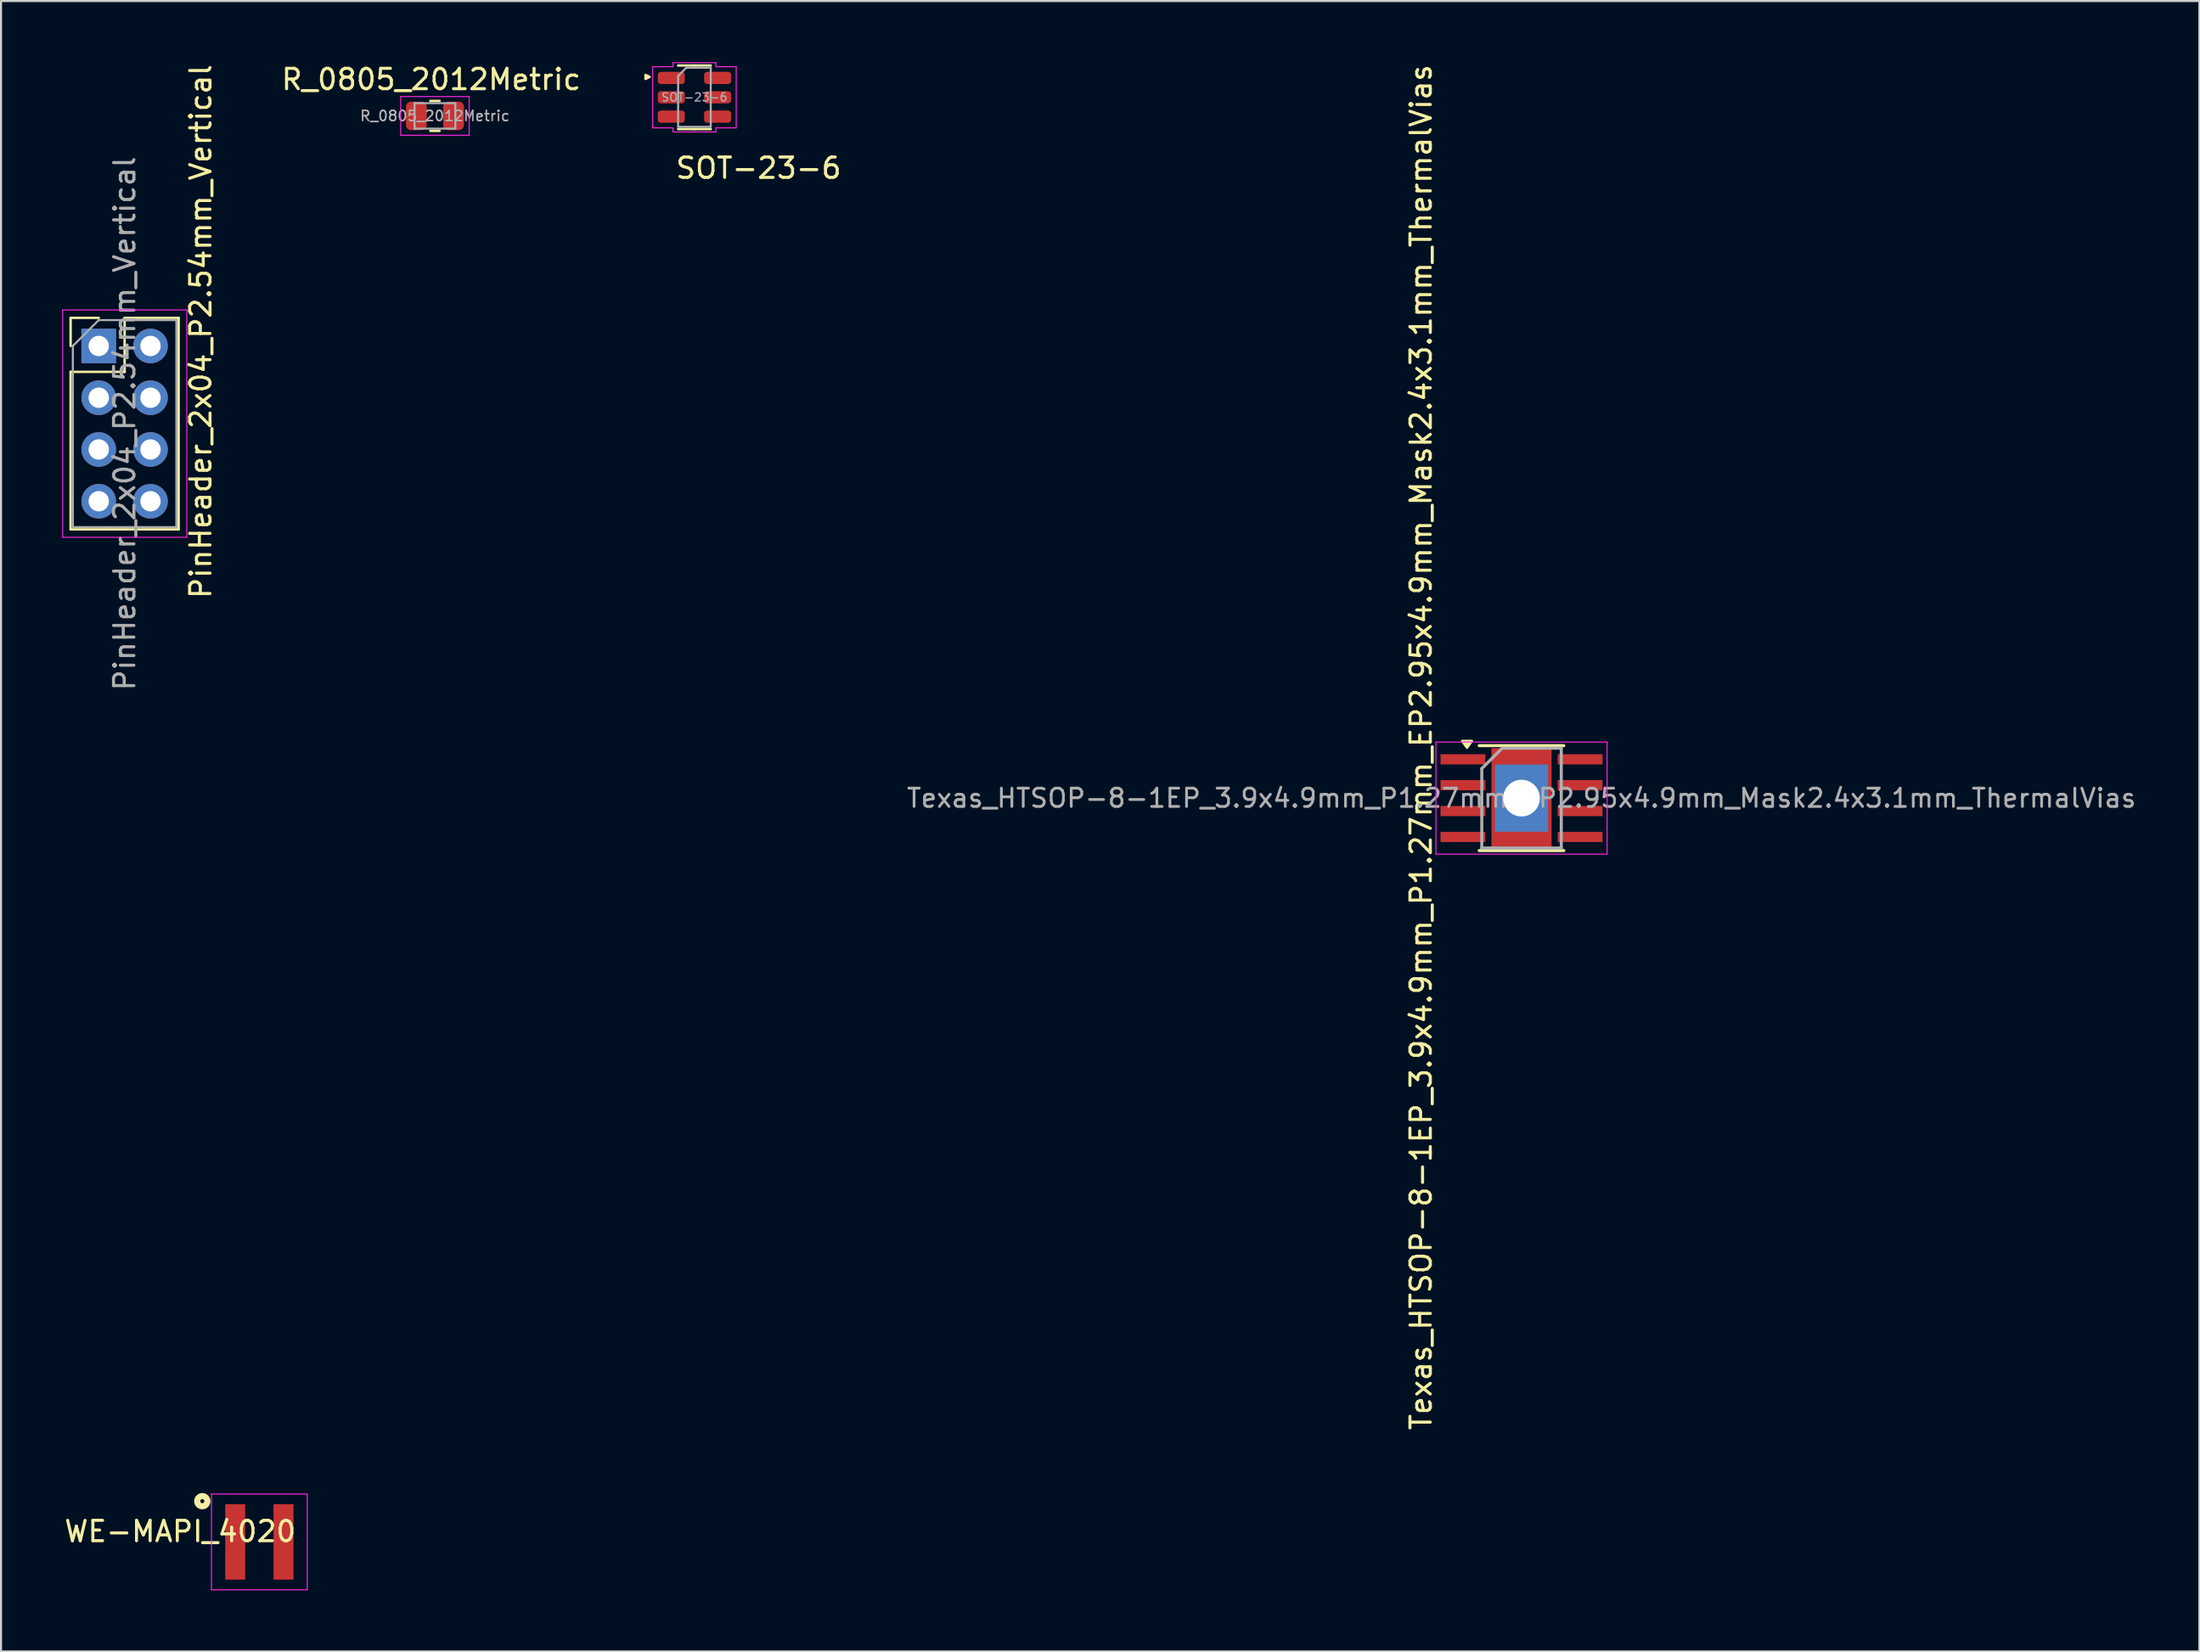
<source format=kicad_pcb>
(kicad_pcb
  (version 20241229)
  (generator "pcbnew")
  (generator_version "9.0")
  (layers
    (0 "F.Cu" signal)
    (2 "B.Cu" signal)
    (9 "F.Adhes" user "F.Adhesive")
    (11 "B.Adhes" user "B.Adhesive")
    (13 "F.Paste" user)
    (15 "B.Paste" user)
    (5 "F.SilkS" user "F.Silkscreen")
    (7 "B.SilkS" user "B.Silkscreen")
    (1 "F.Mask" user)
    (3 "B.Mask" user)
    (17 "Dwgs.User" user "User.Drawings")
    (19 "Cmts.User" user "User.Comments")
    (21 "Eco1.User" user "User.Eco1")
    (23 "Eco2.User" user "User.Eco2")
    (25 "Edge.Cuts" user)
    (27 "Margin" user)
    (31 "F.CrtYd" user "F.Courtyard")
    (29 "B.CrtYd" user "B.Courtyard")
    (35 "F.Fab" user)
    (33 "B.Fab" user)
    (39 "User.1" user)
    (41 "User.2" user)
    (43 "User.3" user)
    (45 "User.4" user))
  (footprint "R_0805_2012Metric"
    (layer "F.Cu")
    (at 18.292 2.638)
    (property "Reference" "R_0805_2012Metric" (at -0.185 -1.79 0) (layer "F.SilkS") (effects (font (size 1 1) (thickness 0.15))))
    (attr smd)
    (fp_line (start -0.227 -0.735) (end 0.227 -0.735) (stroke (width 0.12) (type solid)) (layer "F.SilkS"))
    (fp_line (start -0.227 0.735) (end 0.227 0.735) (stroke (width 0.12) (type solid)) (layer "F.SilkS"))
    (fp_line (start -1.68 -0.95) (end 1.68 -0.95) (stroke (width 0.05) (type solid)) (layer "F.CrtYd"))
    (fp_line (start -1.68 0.95) (end -1.68 -0.95) (stroke (width 0.05) (type solid)) (layer "F.CrtYd"))
    (fp_line (start 1.68 -0.95) (end 1.68 0.95) (stroke (width 0.05) (type solid)) (layer "F.CrtYd"))
    (fp_line (start 1.68 0.95) (end -1.68 0.95) (stroke (width 0.05) (type solid)) (layer "F.CrtYd"))
    (fp_line (start -1 -0.625) (end 1 -0.625) (stroke (width 0.1) (type solid)) (layer "F.Fab"))
    (fp_line (start -1 0.625) (end -1 -0.625) (stroke (width 0.1) (type solid)) (layer "F.Fab"))
    (fp_line (start 1 -0.625) (end 1 0.625) (stroke (width 0.1) (type solid)) (layer "F.Fab"))
    (fp_line (start 1 0.625) (end -1 0.625) (stroke (width 0.1) (type solid)) (layer "F.Fab"))
    (fp_text user "${REFERENCE}" (at 0 0 180) (layer "F.Fab") (effects (font (size 0.5 0.5) (thickness 0.08))))
    (pad "1" smd roundrect (at -0.912 0 180) (size 1.025 1.4) (layers "F.Cu" "F.Mask" "F.Paste") (roundrect_rratio 0.244))
    (pad "2" smd roundrect (at 0.912 0 180) (size 1.025 1.4) (layers "F.Cu" "F.Mask" "F.Paste") (roundrect_rratio 0.244)))
  (footprint "Texas_HTSOP-8-1EP_3.9x4.9mm_P1.27mm_EP2.95x4.9mm_Mask2.4x3.1mm_ThermalVias"
    (layer "F.Cu")
    (at 71.608 36.12)
    (property "Reference" "Texas_HTSOP-8-1EP_3.9x4.9mm_P1.27mm_EP2.95x4.9mm_Mask2.4x3.1mm_ThermalVias" (at -4.93 -2.495 90) (layer "F.SilkS") (effects (font (size 1 1) (thickness 0.15))))
    (attr smd)
    (fp_line (start -2.075 -2.575) (end 2.075 -2.575) (stroke (width 0.15) (type solid)) (layer "F.SilkS"))
    (fp_line (start -2.075 2.575) (end 2.075 2.575) (stroke (width 0.15) (type solid)) (layer "F.SilkS"))
    (fp_poly (pts (xy -2.675 -2.475) (xy -2.915 -2.805) (xy -2.435 -2.805) (xy -2.675 -2.475)) (stroke (width 0.12) (type solid)) (fill yes) (layer "F.SilkS"))
    (fp_line (start -4.2 -2.75) (end -4.2 2.75) (stroke (width 0.05) (type solid)) (layer "F.CrtYd"))
    (fp_line (start -4.2 -2.75) (end 4.2 -2.75) (stroke (width 0.05) (type solid)) (layer "F.CrtYd"))
    (fp_line (start -4.2 2.75) (end 4.2 2.75) (stroke (width 0.05) (type solid)) (layer "F.CrtYd"))
    (fp_line (start 4.2 -2.75) (end 4.2 2.75) (stroke (width 0.05) (type solid)) (layer "F.CrtYd"))
    (fp_line (start -1.95 -1.45) (end -0.95 -2.45) (stroke (width 0.15) (type solid)) (layer "F.Fab"))
    (fp_line (start -1.95 2.45) (end -1.95 -1.45) (stroke (width 0.15) (type solid)) (layer "F.Fab"))
    (fp_line (start -0.95 -2.45) (end 1.95 -2.45) (stroke (width 0.15) (type solid)) (layer "F.Fab"))
    (fp_line (start 1.95 -2.45) (end 1.95 2.45) (stroke (width 0.15) (type solid)) (layer "F.Fab"))
    (fp_line (start 1.95 2.45) (end -1.95 2.45) (stroke (width 0.15) (type solid)) (layer "F.Fab"))
    (fp_text user "${REFERENCE}" (at 0 0 180) (layer "F.Fab") (effects (font (size 0.9 0.9) (thickness 0.135))))
    (pad "" smd rect (at 0 0) (size 2.4 3.1) (layers "F.Mask"))
    (pad "" smd rect (at 0 0) (size 2.4 3.1) (layers "F.Paste"))
    (pad "1" smd rect (at -2.875 -1.905) (size 2.2 0.5) (layers "F.Cu" "F.Mask" "F.Paste"))
    (pad "2" smd rect (at -2.875 -0.635) (size 2.2 0.5) (layers "F.Cu" "F.Mask" "F.Paste"))
    (pad "3" smd rect (at -2.875 0.635) (size 2.2 0.5) (layers "F.Cu" "F.Mask" "F.Paste"))
    (pad "4" smd rect (at -2.875 1.905) (size 2.2 0.5) (layers "F.Cu" "F.Mask" "F.Paste"))
    (pad "5" smd rect (at 2.875 1.905) (size 2.2 0.5) (layers "F.Cu" "F.Mask" "F.Paste"))
    (pad "6" smd rect (at 2.875 0.635) (size 2.2 0.5) (layers "F.Cu" "F.Mask" "F.Paste"))
    (pad "7" smd rect (at 2.875 -0.635) (size 2.2 0.5) (layers "F.Cu" "F.Mask" "F.Paste"))
    (pad "8" smd rect (at 2.875 -1.905) (size 2.2 0.5) (layers "F.Cu" "F.Mask" "F.Paste"))
    (pad "9" thru_hole circle (at 0 0) (size 2.4 2.4) (drill 1.8) (property pad_prop_heatsink) (layers "*.Cu" "*.Mask"))
    (pad "9" smd rect (at 0 0) (size 2.6 3.3) (layers "B.Cu"))
    (pad "9" smd rect (at 0 0) (size 2.95 4.9) (layers "F.Cu")))
  (footprint "PinHeader_2x04_P2.54mm_Vertical"
    (layer "F.Cu")
    (at 1.795 13.93)
    (property "Reference" "PinHeader_2x04_P2.54mm_Vertical" (at 5.005 -0.71 90) (layer "F.SilkS") (effects (font (size 1 1) (thickness 0.15))))
    (attr through_hole)
    (fp_line (start -1.38 -1.38) (end 0 -1.38) (stroke (width 0.12) (type solid)) (layer "F.SilkS"))
    (fp_line (start -1.38 0) (end -1.38 -1.38) (stroke (width 0.12) (type solid)) (layer "F.SilkS"))
    (fp_line (start -1.38 1.27) (end -1.38 9) (stroke (width 0.12) (type solid)) (layer "F.SilkS"))
    (fp_line (start -1.38 1.27) (end 1.27 1.27) (stroke (width 0.12) (type solid)) (layer "F.SilkS"))
    (fp_line (start -1.38 9) (end 3.92 9) (stroke (width 0.12) (type solid)) (layer "F.SilkS"))
    (fp_line (start 1.27 -1.38) (end 3.92 -1.38) (stroke (width 0.12) (type solid)) (layer "F.SilkS"))
    (fp_line (start 1.27 1.27) (end 1.27 -1.38) (stroke (width 0.12) (type solid)) (layer "F.SilkS"))
    (fp_line (start 3.92 -1.38) (end 3.92 9) (stroke (width 0.12) (type solid)) (layer "F.SilkS"))
    (fp_line (start -1.77 -1.77) (end -1.77 9.39) (stroke (width 0.05) (type solid)) (layer "F.CrtYd"))
    (fp_line (start -1.77 9.39) (end 4.32 9.39) (stroke (width 0.05) (type solid)) (layer "F.CrtYd"))
    (fp_line (start 4.32 -1.77) (end -1.77 -1.77) (stroke (width 0.05) (type solid)) (layer "F.CrtYd"))
    (fp_line (start 4.32 9.39) (end 4.32 -1.77) (stroke (width 0.05) (type solid)) (layer "F.CrtYd"))
    (fp_line (start -1.27 0) (end 0 -1.27) (stroke (width 0.1) (type solid)) (layer "F.Fab"))
    (fp_line (start -1.27 8.89) (end -1.27 0) (stroke (width 0.1) (type solid)) (layer "F.Fab"))
    (fp_line (start 0 -1.27) (end 3.81 -1.27) (stroke (width 0.1) (type solid)) (layer "F.Fab"))
    (fp_line (start 3.81 -1.27) (end 3.81 8.89) (stroke (width 0.1) (type solid)) (layer "F.Fab"))
    (fp_line (start 3.81 8.89) (end -1.27 8.89) (stroke (width 0.1) (type solid)) (layer "F.Fab"))
    (fp_text user "${REFERENCE}" (at 1.27 3.81 270) (layer "F.Fab") (effects (font (size 1 1) (thickness 0.15))))
    (pad "1" thru_hole rect (at 0 0) (size 1.7 1.7) (drill 1) (layers "*.Cu" "*.Mask"))
    (pad "2" thru_hole circle (at 2.54 0) (size 1.7 1.7) (drill 1) (layers "*.Cu" "*.Mask"))
    (pad "3" thru_hole circle (at 0 2.54) (size 1.7 1.7) (drill 1) (layers "*.Cu" "*.Mask"))
    (pad "4" thru_hole circle (at 2.54 2.54) (size 1.7 1.7) (drill 1) (layers "*.Cu" "*.Mask"))
    (pad "5" thru_hole circle (at 0 5.08) (size 1.7 1.7) (drill 1) (layers "*.Cu" "*.Mask"))
    (pad "6" thru_hole circle (at 2.54 5.08) (size 1.7 1.7) (drill 1) (layers "*.Cu" "*.Mask"))
    (pad "7" thru_hole circle (at 0 7.62) (size 1.7 1.7) (drill 1) (layers "*.Cu" "*.Mask"))
    (pad "8" thru_hole circle (at 2.54 7.62) (size 1.7 1.7) (drill 1) (layers "*.Cu" "*.Mask")))
  (footprint "WE-MAPI_4020"
    (layer "F.Cu")
    (at 9.677 72.625)
    (property "Reference" "WE-MAPI_4020" (at -3.885 -0.515 180) (layer "F.SilkS") (effects (font (size 1 1) (thickness 0.15))))
    (attr smd)
    (fp_circle (center -2.8 -2) (end -2.7 -2) (stroke (width 0.3) (type solid)) (fill no) (layer "F.SilkS"))
    (fp_line (start -2.35 -2.35) (end 2.35 -2.35) (stroke (width 0.05) (type default)) (layer "F.CrtYd"))
    (fp_line (start -2.35 2.35) (end -2.35 -2.35) (stroke (width 0.05) (type default)) (layer "F.CrtYd"))
    (fp_line (start 2.35 -2.35) (end 2.35 2.35) (stroke (width 0.05) (type default)) (layer "F.CrtYd"))
    (fp_line (start 2.35 2.35) (end -2.35 2.35) (stroke (width 0.05) (type default)) (layer "F.CrtYd"))
    (pad "1" smd rect (at -1.185 0) (size 0.98 3.7) (layers "F.Cu" "F.Mask" "F.Paste"))
    (pad "2" smd rect (at 1.185 0) (size 0.98 3.7) (layers "F.Cu" "F.Mask" "F.Paste")))
  (footprint "SOT-23-6"
    (layer "F.Cu")
    (at 31.025 1.725)
    (property "Reference" "SOT-23-6" (at 3.147 3.475 0) (layer "F.SilkS") (effects (font (size 1 1) (thickness 0.15))))
    (attr smd)
    (fp_line (start 0 -1.56) (end -0.8 -1.56) (stroke (width 0.12) (type solid)) (layer "F.SilkS"))
    (fp_line (start 0 -1.56) (end 0.8 -1.56) (stroke (width 0.12) (type solid)) (layer "F.SilkS"))
    (fp_line (start 0 1.56) (end -0.8 1.56) (stroke (width 0.12) (type solid)) (layer "F.SilkS"))
    (fp_line (start 0 1.56) (end 0.8 1.56) (stroke (width 0.12) (type solid)) (layer "F.SilkS"))
    (fp_poly (pts (xy -2.2 -1) (xy -2.4 -0.9) (xy -2.4 -1.1)) (stroke (width 0.12) (type solid)) (fill yes) (layer "F.SilkS"))
    (fp_line (start -2.05 -1.5) (end -1.05 -1.5) (stroke (width 0.05) (type solid)) (layer "F.CrtYd"))
    (fp_line (start -2.05 1.5) (end -2.05 -1.5) (stroke (width 0.05) (type solid)) (layer "F.CrtYd"))
    (fp_line (start -1.05 -1.7) (end 1.05 -1.7) (stroke (width 0.05) (type solid)) (layer "F.CrtYd"))
    (fp_line (start -1.05 -1.5) (end -1.05 -1.7) (stroke (width 0.05) (type solid)) (layer "F.CrtYd"))
    (fp_line (start -1.05 1.5) (end -2.05 1.5) (stroke (width 0.05) (type solid)) (layer "F.CrtYd"))
    (fp_line (start -1.05 1.7) (end -1.05 1.5) (stroke (width 0.05) (type solid)) (layer "F.CrtYd"))
    (fp_line (start 1.05 -1.7) (end 1.05 -1.5) (stroke (width 0.05) (type solid)) (layer "F.CrtYd"))
    (fp_line (start 1.05 -1.5) (end 2.05 -1.5) (stroke (width 0.05) (type solid)) (layer "F.CrtYd"))
    (fp_line (start 1.05 1.5) (end 1.05 1.7) (stroke (width 0.05) (type solid)) (layer "F.CrtYd"))
    (fp_line (start 1.05 1.7) (end -1.05 1.7) (stroke (width 0.05) (type solid)) (layer "F.CrtYd"))
    (fp_line (start 2.05 -1.5) (end 2.05 1.5) (stroke (width 0.05) (type solid)) (layer "F.CrtYd"))
    (fp_line (start 2.05 1.5) (end 1.05 1.5) (stroke (width 0.05) (type solid)) (layer "F.CrtYd"))
    (fp_line (start -0.8 -1.05) (end -0.4 -1.45) (stroke (width 0.1) (type solid)) (layer "F.Fab"))
    (fp_line (start -0.8 1.45) (end -0.8 -1.05) (stroke (width 0.1) (type solid)) (layer "F.Fab"))
    (fp_line (start -0.4 -1.45) (end 0.8 -1.45) (stroke (width 0.1) (type solid)) (layer "F.Fab"))
    (fp_line (start 0.8 -1.45) (end 0.8 1.45) (stroke (width 0.1) (type solid)) (layer "F.Fab"))
    (fp_line (start 0.8 1.45) (end -0.8 1.45) (stroke (width 0.1) (type solid)) (layer "F.Fab"))
    (fp_text user "${REFERENCE}" (at 0 0 0) (layer "F.Fab") (effects (font (size 0.4 0.4) (thickness 0.06))))
    (pad "1" smd roundrect (at -1.137 -0.95) (size 1.325 0.6) (layers "F.Cu" "F.Mask" "F.Paste") (roundrect_rratio 0.25))
    (pad "2" smd roundrect (at -1.137 0) (size 1.325 0.6) (layers "F.Cu" "F.Mask" "F.Paste") (roundrect_rratio 0.25))
    (pad "3" smd roundrect (at -1.137 0.95) (size 1.325 0.6) (layers "F.Cu" "F.Mask" "F.Paste") (roundrect_rratio 0.25))
    (pad "4" smd roundrect (at 1.137 0.95) (size 1.325 0.6) (layers "F.Cu" "F.Mask" "F.Paste") (roundrect_rratio 0.25))
    (pad "5" smd roundrect (at 1.137 0) (size 1.325 0.6) (layers "F.Cu" "F.Mask" "F.Paste") (roundrect_rratio 0.25))
    (pad "6" smd roundrect (at 1.137 -0.95) (size 1.325 0.6) (layers "F.Cu" "F.Mask" "F.Paste") (roundrect_rratio 0.25)))
  (gr_rect
    (start -3 -3)
    (end 104.87 78)
    (stroke (width 0.1) (type default))
    (fill no)
    (layer "Edge.Cuts")))
</source>
